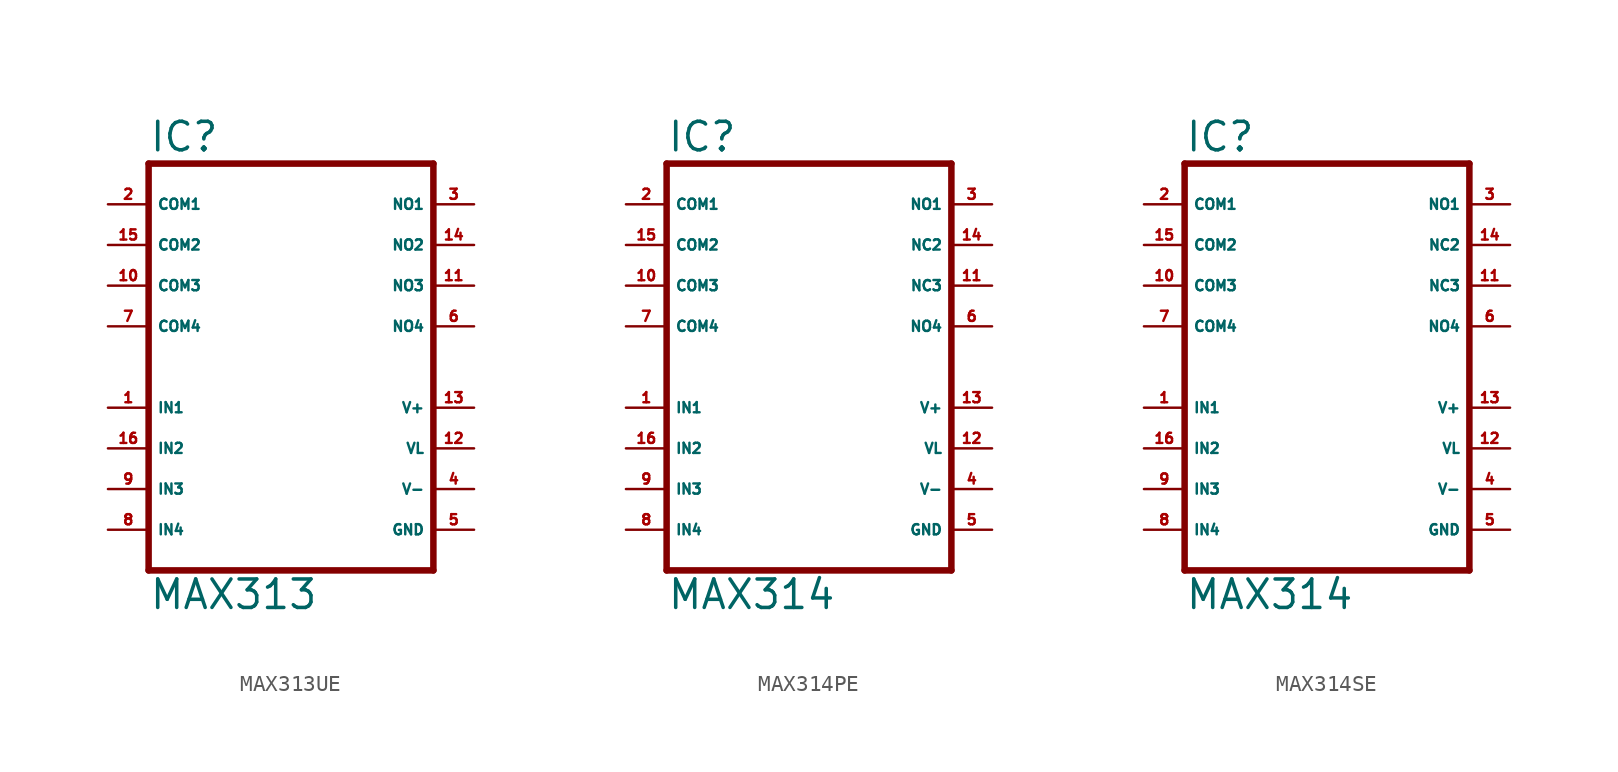
<source format=kicad_sym>
(kicad_symbol_lib
  (version 20220914)
  (generator Eagle2Kicad)
  (symbol "MAX313UE"
    (property "Reference" "IC"
      (at -10.16 13.335 0)
      (effects (font (size 1.778 1.778) (thickness 0.22)) (justify left bottom)))
    (property "Value" "MAX313"
      (at -10.16 -15.24 0)
      (effects (font (size 1.778 1.778) (thickness 0.22)) (justify left bottom)))
    (polyline
      (pts (xy 7.62 -12.7) (xy -10.16 -12.7))
      (stroke (width 0.406) (type default))
      (fill (type none)))
    (polyline
      (pts (xy -10.16 12.7) (xy -10.16 -12.7))
      (stroke (width 0.406) (type default))
      (fill (type none)))
    (polyline
      (pts (xy -10.16 12.7) (xy 7.62 12.7))
      (stroke (width 0.406) (type default))
      (fill (type none)))
    (polyline
      (pts (xy 7.62 -12.7) (xy 7.62 12.7))
      (stroke (width 0.406) (type default))
      (fill (type none)))
    (pin input line
      (at -12.7 -2.54 0)
      (length 2.54)
      (name "IN1" (effects (font (size 0.635 0.635) (thickness 0.08)) (justify left bottom)))
      (number "1" (effects (font (size 0.635 0.635) (thickness 0.08)) (justify left bottom))))
    (pin input line
      (at -12.7 -5.08 0)
      (length 2.54)
      (name "IN2" (effects (font (size 0.635 0.635) (thickness 0.08)) (justify left bottom)))
      (number "16" (effects (font (size 0.635 0.635) (thickness 0.08)) (justify left bottom))))
    (pin passive line
      (at -12.7 10.16 0)
      (length 2.54)
      (name "COM1" (effects (font (size 0.635 0.635) (thickness 0.08)) (justify left bottom)))
      (number "2" (effects (font (size 0.635 0.635) (thickness 0.08)) (justify left bottom))))
    (pin passive line
      (at -12.7 7.62 0)
      (length 2.54)
      (name "COM2" (effects (font (size 0.635 0.635) (thickness 0.08)) (justify left bottom)))
      (number "15" (effects (font (size 0.635 0.635) (thickness 0.08)) (justify left bottom))))
    (pin passive line
      (at -12.7 5.08 0)
      (length 2.54)
      (name "COM3" (effects (font (size 0.635 0.635) (thickness 0.08)) (justify left bottom)))
      (number "10" (effects (font (size 0.635 0.635) (thickness 0.08)) (justify left bottom))))
    (pin passive line
      (at 10.16 10.16 180)
      (length 2.54)
      (name "NO1" (effects (font (size 0.635 0.635) (thickness 0.08)) (justify left bottom)))
      (number "3" (effects (font (size 0.635 0.635) (thickness 0.08)) (justify left bottom))))
    (pin passive line
      (at 10.16 7.62 180)
      (length 2.54)
      (name "NO2" (effects (font (size 0.635 0.635) (thickness 0.08)) (justify left bottom)))
      (number "14" (effects (font (size 0.635 0.635) (thickness 0.08)) (justify left bottom))))
    (pin passive line
      (at 10.16 5.08 180)
      (length 2.54)
      (name "NO3" (effects (font (size 0.635 0.635) (thickness 0.08)) (justify left bottom)))
      (number "11" (effects (font (size 0.635 0.635) (thickness 0.08)) (justify left bottom))))
    (pin unspecified line
      (at 10.16 -10.16 180)
      (length 2.54)
      (name "GND" (effects (font (size 0.635 0.635) (thickness 0.08)) (justify left bottom)))
      (number "5" (effects (font (size 0.635 0.635) (thickness 0.08)) (justify left bottom))))
    (pin unspecified line
      (at 10.16 -7.62 180)
      (length 2.54)
      (name "V-" (effects (font (size 0.635 0.635) (thickness 0.08)) (justify left bottom)))
      (number "4" (effects (font (size 0.635 0.635) (thickness 0.08)) (justify left bottom))))
    (pin unspecified line
      (at 10.16 -2.54 180)
      (length 2.54)
      (name "V+" (effects (font (size 0.635 0.635) (thickness 0.08)) (justify left bottom)))
      (number "13" (effects (font (size 0.635 0.635) (thickness 0.08)) (justify left bottom))))
    (pin unspecified line
      (at 10.16 -5.08 180)
      (length 2.54)
      (name "VL" (effects (font (size 0.635 0.635) (thickness 0.08)) (justify left bottom)))
      (number "12" (effects (font (size 0.635 0.635) (thickness 0.08)) (justify left bottom))))
    (pin passive line
      (at 10.16 2.54 180)
      (length 2.54)
      (name "NO4" (effects (font (size 0.635 0.635) (thickness 0.08)) (justify left bottom)))
      (number "6" (effects (font (size 0.635 0.635) (thickness 0.08)) (justify left bottom))))
    (pin passive line
      (at -12.7 2.54 0)
      (length 2.54)
      (name "COM4" (effects (font (size 0.635 0.635) (thickness 0.08)) (justify left bottom)))
      (number "7" (effects (font (size 0.635 0.635) (thickness 0.08)) (justify left bottom))))
    (pin input line
      (at -12.7 -7.62 0)
      (length 2.54)
      (name "IN3" (effects (font (size 0.635 0.635) (thickness 0.08)) (justify left bottom)))
      (number "9" (effects (font (size 0.635 0.635) (thickness 0.08)) (justify left bottom))))
    (pin input line
      (at -12.7 -10.16 0)
      (length 2.54)
      (name "IN4" (effects (font (size 0.635 0.635) (thickness 0.08)) (justify left bottom)))
      (number "8" (effects (font (size 0.635 0.635) (thickness 0.08)) (justify left bottom)))))
  (symbol "MAX314PE"
    (property "Reference" "IC"
      (at -10.16 13.335 0)
      (effects (font (size 1.778 1.778) (thickness 0.22)) (justify left bottom)))
    (property "Value" "MAX314"
      (at -10.16 -15.24 0)
      (effects (font (size 1.778 1.778) (thickness 0.22)) (justify left bottom)))
    (polyline
      (pts (xy 7.62 -12.7) (xy -10.16 -12.7))
      (stroke (width 0.406) (type default))
      (fill (type none)))
    (polyline
      (pts (xy -10.16 12.7) (xy -10.16 -12.7))
      (stroke (width 0.406) (type default))
      (fill (type none)))
    (polyline
      (pts (xy -10.16 12.7) (xy 7.62 12.7))
      (stroke (width 0.406) (type default))
      (fill (type none)))
    (polyline
      (pts (xy 7.62 -12.7) (xy 7.62 12.7))
      (stroke (width 0.406) (type default))
      (fill (type none)))
    (pin input line
      (at -12.7 -2.54 0)
      (length 2.54)
      (name "IN1" (effects (font (size 0.635 0.635) (thickness 0.08)) (justify left bottom)))
      (number "1" (effects (font (size 0.635 0.635) (thickness 0.08)) (justify left bottom))))
    (pin input line
      (at -12.7 -5.08 0)
      (length 2.54)
      (name "IN2" (effects (font (size 0.635 0.635) (thickness 0.08)) (justify left bottom)))
      (number "16" (effects (font (size 0.635 0.635) (thickness 0.08)) (justify left bottom))))
    (pin passive line
      (at -12.7 10.16 0)
      (length 2.54)
      (name "COM1" (effects (font (size 0.635 0.635) (thickness 0.08)) (justify left bottom)))
      (number "2" (effects (font (size 0.635 0.635) (thickness 0.08)) (justify left bottom))))
    (pin passive line
      (at -12.7 7.62 0)
      (length 2.54)
      (name "COM2" (effects (font (size 0.635 0.635) (thickness 0.08)) (justify left bottom)))
      (number "15" (effects (font (size 0.635 0.635) (thickness 0.08)) (justify left bottom))))
    (pin passive line
      (at -12.7 5.08 0)
      (length 2.54)
      (name "COM3" (effects (font (size 0.635 0.635) (thickness 0.08)) (justify left bottom)))
      (number "10" (effects (font (size 0.635 0.635) (thickness 0.08)) (justify left bottom))))
    (pin passive line
      (at 10.16 10.16 180)
      (length 2.54)
      (name "NO1" (effects (font (size 0.635 0.635) (thickness 0.08)) (justify left bottom)))
      (number "3" (effects (font (size 0.635 0.635) (thickness 0.08)) (justify left bottom))))
    (pin passive line
      (at 10.16 7.62 180)
      (length 2.54)
      (name "NC2" (effects (font (size 0.635 0.635) (thickness 0.08)) (justify left bottom)))
      (number "14" (effects (font (size 0.635 0.635) (thickness 0.08)) (justify left bottom))))
    (pin passive line
      (at 10.16 5.08 180)
      (length 2.54)
      (name "NC3" (effects (font (size 0.635 0.635) (thickness 0.08)) (justify left bottom)))
      (number "11" (effects (font (size 0.635 0.635) (thickness 0.08)) (justify left bottom))))
    (pin unspecified line
      (at 10.16 -10.16 180)
      (length 2.54)
      (name "GND" (effects (font (size 0.635 0.635) (thickness 0.08)) (justify left bottom)))
      (number "5" (effects (font (size 0.635 0.635) (thickness 0.08)) (justify left bottom))))
    (pin unspecified line
      (at 10.16 -7.62 180)
      (length 2.54)
      (name "V-" (effects (font (size 0.635 0.635) (thickness 0.08)) (justify left bottom)))
      (number "4" (effects (font (size 0.635 0.635) (thickness 0.08)) (justify left bottom))))
    (pin unspecified line
      (at 10.16 -2.54 180)
      (length 2.54)
      (name "V+" (effects (font (size 0.635 0.635) (thickness 0.08)) (justify left bottom)))
      (number "13" (effects (font (size 0.635 0.635) (thickness 0.08)) (justify left bottom))))
    (pin unspecified line
      (at 10.16 -5.08 180)
      (length 2.54)
      (name "VL" (effects (font (size 0.635 0.635) (thickness 0.08)) (justify left bottom)))
      (number "12" (effects (font (size 0.635 0.635) (thickness 0.08)) (justify left bottom))))
    (pin passive line
      (at 10.16 2.54 180)
      (length 2.54)
      (name "NO4" (effects (font (size 0.635 0.635) (thickness 0.08)) (justify left bottom)))
      (number "6" (effects (font (size 0.635 0.635) (thickness 0.08)) (justify left bottom))))
    (pin passive line
      (at -12.7 2.54 0)
      (length 2.54)
      (name "COM4" (effects (font (size 0.635 0.635) (thickness 0.08)) (justify left bottom)))
      (number "7" (effects (font (size 0.635 0.635) (thickness 0.08)) (justify left bottom))))
    (pin input line
      (at -12.7 -7.62 0)
      (length 2.54)
      (name "IN3" (effects (font (size 0.635 0.635) (thickness 0.08)) (justify left bottom)))
      (number "9" (effects (font (size 0.635 0.635) (thickness 0.08)) (justify left bottom))))
    (pin input line
      (at -12.7 -10.16 0)
      (length 2.54)
      (name "IN4" (effects (font (size 0.635 0.635) (thickness 0.08)) (justify left bottom)))
      (number "8" (effects (font (size 0.635 0.635) (thickness 0.08)) (justify left bottom)))))
  (symbol "MAX314SE"
    (property "Reference" "IC"
      (at -10.16 13.335 0)
      (effects (font (size 1.778 1.778) (thickness 0.22)) (justify left bottom)))
    (property "Value" "MAX314"
      (at -10.16 -15.24 0)
      (effects (font (size 1.778 1.778) (thickness 0.22)) (justify left bottom)))
    (polyline
      (pts (xy 7.62 -12.7) (xy -10.16 -12.7))
      (stroke (width 0.406) (type default))
      (fill (type none)))
    (polyline
      (pts (xy -10.16 12.7) (xy -10.16 -12.7))
      (stroke (width 0.406) (type default))
      (fill (type none)))
    (polyline
      (pts (xy -10.16 12.7) (xy 7.62 12.7))
      (stroke (width 0.406) (type default))
      (fill (type none)))
    (polyline
      (pts (xy 7.62 -12.7) (xy 7.62 12.7))
      (stroke (width 0.406) (type default))
      (fill (type none)))
    (pin input line
      (at -12.7 -2.54 0)
      (length 2.54)
      (name "IN1" (effects (font (size 0.635 0.635) (thickness 0.08)) (justify left bottom)))
      (number "1" (effects (font (size 0.635 0.635) (thickness 0.08)) (justify left bottom))))
    (pin input line
      (at -12.7 -5.08 0)
      (length 2.54)
      (name "IN2" (effects (font (size 0.635 0.635) (thickness 0.08)) (justify left bottom)))
      (number "16" (effects (font (size 0.635 0.635) (thickness 0.08)) (justify left bottom))))
    (pin passive line
      (at -12.7 10.16 0)
      (length 2.54)
      (name "COM1" (effects (font (size 0.635 0.635) (thickness 0.08)) (justify left bottom)))
      (number "2" (effects (font (size 0.635 0.635) (thickness 0.08)) (justify left bottom))))
    (pin passive line
      (at -12.7 7.62 0)
      (length 2.54)
      (name "COM2" (effects (font (size 0.635 0.635) (thickness 0.08)) (justify left bottom)))
      (number "15" (effects (font (size 0.635 0.635) (thickness 0.08)) (justify left bottom))))
    (pin passive line
      (at -12.7 5.08 0)
      (length 2.54)
      (name "COM3" (effects (font (size 0.635 0.635) (thickness 0.08)) (justify left bottom)))
      (number "10" (effects (font (size 0.635 0.635) (thickness 0.08)) (justify left bottom))))
    (pin passive line
      (at 10.16 10.16 180)
      (length 2.54)
      (name "NO1" (effects (font (size 0.635 0.635) (thickness 0.08)) (justify left bottom)))
      (number "3" (effects (font (size 0.635 0.635) (thickness 0.08)) (justify left bottom))))
    (pin passive line
      (at 10.16 7.62 180)
      (length 2.54)
      (name "NC2" (effects (font (size 0.635 0.635) (thickness 0.08)) (justify left bottom)))
      (number "14" (effects (font (size 0.635 0.635) (thickness 0.08)) (justify left bottom))))
    (pin passive line
      (at 10.16 5.08 180)
      (length 2.54)
      (name "NC3" (effects (font (size 0.635 0.635) (thickness 0.08)) (justify left bottom)))
      (number "11" (effects (font (size 0.635 0.635) (thickness 0.08)) (justify left bottom))))
    (pin unspecified line
      (at 10.16 -10.16 180)
      (length 2.54)
      (name "GND" (effects (font (size 0.635 0.635) (thickness 0.08)) (justify left bottom)))
      (number "5" (effects (font (size 0.635 0.635) (thickness 0.08)) (justify left bottom))))
    (pin unspecified line
      (at 10.16 -7.62 180)
      (length 2.54)
      (name "V-" (effects (font (size 0.635 0.635) (thickness 0.08)) (justify left bottom)))
      (number "4" (effects (font (size 0.635 0.635) (thickness 0.08)) (justify left bottom))))
    (pin unspecified line
      (at 10.16 -2.54 180)
      (length 2.54)
      (name "V+" (effects (font (size 0.635 0.635) (thickness 0.08)) (justify left bottom)))
      (number "13" (effects (font (size 0.635 0.635) (thickness 0.08)) (justify left bottom))))
    (pin unspecified line
      (at 10.16 -5.08 180)
      (length 2.54)
      (name "VL" (effects (font (size 0.635 0.635) (thickness 0.08)) (justify left bottom)))
      (number "12" (effects (font (size 0.635 0.635) (thickness 0.08)) (justify left bottom))))
    (pin passive line
      (at 10.16 2.54 180)
      (length 2.54)
      (name "NO4" (effects (font (size 0.635 0.635) (thickness 0.08)) (justify left bottom)))
      (number "6" (effects (font (size 0.635 0.635) (thickness 0.08)) (justify left bottom))))
    (pin passive line
      (at -12.7 2.54 0)
      (length 2.54)
      (name "COM4" (effects (font (size 0.635 0.635) (thickness 0.08)) (justify left bottom)))
      (number "7" (effects (font (size 0.635 0.635) (thickness 0.08)) (justify left bottom))))
    (pin input line
      (at -12.7 -7.62 0)
      (length 2.54)
      (name "IN3" (effects (font (size 0.635 0.635) (thickness 0.08)) (justify left bottom)))
      (number "9" (effects (font (size 0.635 0.635) (thickness 0.08)) (justify left bottom))))
    (pin input line
      (at -12.7 -10.16 0)
      (length 2.54)
      (name "IN4" (effects (font (size 0.635 0.635) (thickness 0.08)) (justify left bottom)))
      (number "8" (effects (font (size 0.635 0.635) (thickness 0.08)) (justify left bottom))))))
</source>
